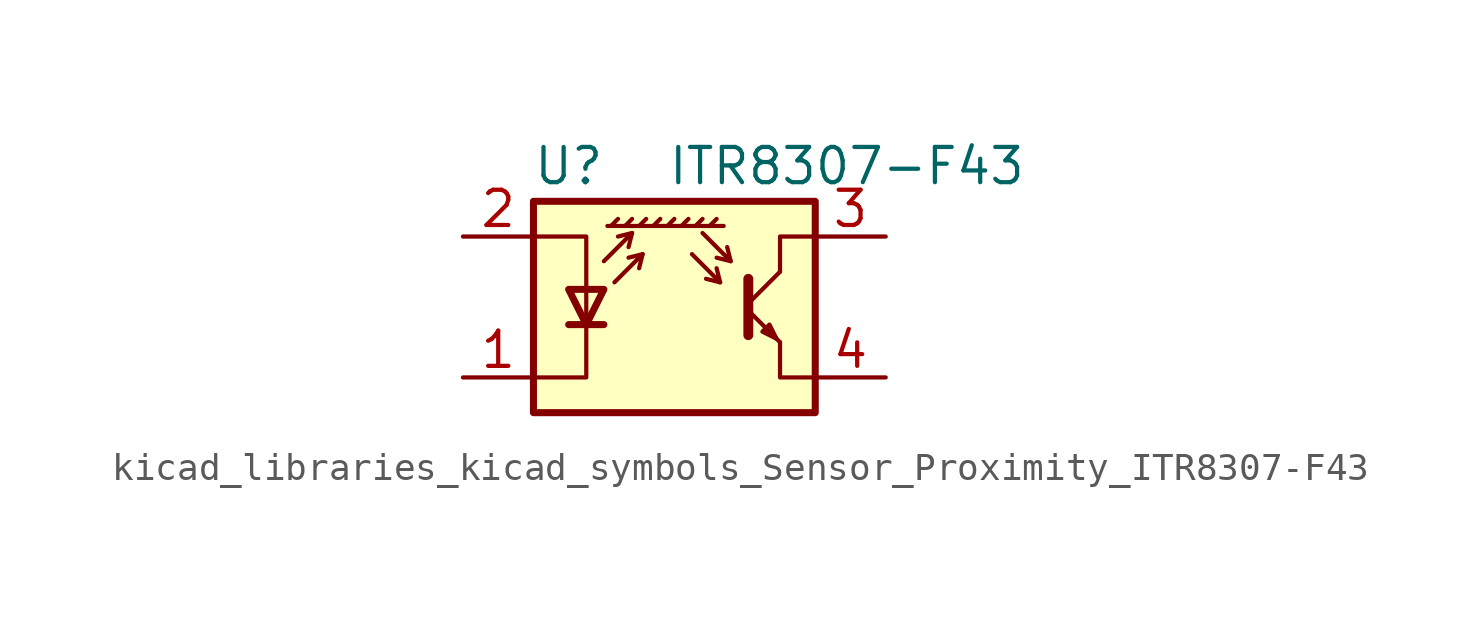
<source format=kicad_sym>
(kicad_symbol_lib
  (version 20220914)
  (generator kicad_symbol_editor)
  (symbol "kicad_libraries_kicad_symbols_Sensor_Proximity_ITR8307-F43"
    (pin_names
      (offset 0.025) hide)
    (property "Reference" "U"
      (at -3.81 5.08 0)
      (effects (font (size 1.27 1.27))))
    (property "Value" "ITR8307-F43"
      (at 12.7 5.08 0)
      (effects (font (size 1.27 1.27)) (justify right)))
    (symbol "kicad_libraries_kicad_symbols_Sensor_Proximity_ITR8307-F43_0_1"
      (polyline (pts (xy -3.81 -0.635) (xy -2.54 -0.635)) (stroke (width 0.254) (type default)) (fill (type none)))
      (polyline (pts (xy -2.286 2.921) (xy -2.032 3.175)) (stroke (width 0) (type default)) (fill (type none)))
      (polyline (pts (xy -1.778 2.921) (xy -1.524 3.175)) (stroke (width 0) (type default)) (fill (type none)))
      (polyline (pts (xy -1.524 2.667) (xy -1.651 2.159)) (stroke (width 0) (type default)) (fill (type none)))
      (polyline (pts (xy -1.27 2.921) (xy -1.016 3.175)) (stroke (width 0) (type default)) (fill (type none)))
      (polyline (pts (xy -1.143 1.905) (xy -1.27 1.397)) (stroke (width 0) (type default)) (fill (type none)))
      (polyline (pts (xy -0.762 2.921) (xy -0.508 3.175)) (stroke (width 0) (type default)) (fill (type none)))
      (polyline (pts (xy -0.254 2.921) (xy 0 3.175)) (stroke (width 0) (type default)) (fill (type none)))
      (polyline (pts (xy 0.254 2.921) (xy 0.508 3.175)) (stroke (width 0) (type default)) (fill (type none)))
      (polyline (pts (xy 0.762 2.921) (xy 1.016 3.175)) (stroke (width 0) (type default)) (fill (type none)))
      (polyline (pts (xy 1.27 2.921) (xy 1.524 3.175)) (stroke (width 0) (type default)) (fill (type none)))
      (polyline (pts (xy 1.651 0.889) (xy 1.143 1.016)) (stroke (width 0) (type default)) (fill (type none)))
      (polyline (pts (xy 1.778 2.921) (xy -2.413 2.921)) (stroke (width 0) (type default)) (fill (type none)))
      (polyline (pts (xy 2.032 1.651) (xy 1.524 1.778)) (stroke (width 0) (type default)) (fill (type none)))
      (polyline (pts (xy 2.667 -0.127) (xy 3.81 -1.27)) (stroke (width 0) (type default)) (fill (type none)))
      (polyline (pts (xy 2.667 0.127) (xy 3.81 1.27)) (stroke (width 0) (type default)) (fill (type none)))
      (polyline (pts (xy -2.54 1.651) (xy -1.524 2.667) (xy -2.032 2.54)) (stroke (width 0) (type default)) (fill (type none)))
      (polyline (pts (xy -2.159 0.889) (xy -1.143 1.905) (xy -1.651 1.778)) (stroke (width 0) (type default)) (fill (type none)))
      (polyline (pts (xy 0.635 1.905) (xy 1.651 0.889) (xy 1.524 1.397)) (stroke (width 0) (type default)) (fill (type none)))
      (polyline (pts (xy 1.016 2.667) (xy 2.032 1.651) (xy 1.905 2.159)) (stroke (width 0) (type default)) (fill (type none)))
      (polyline (pts (xy 2.667 1.016) (xy 2.667 -1.016) (xy 2.667 -1.016)) (stroke (width 0.356) (type default)) (fill (type none)))
      (polyline (pts (xy 3.81 -1.27) (xy 3.81 -2.54) (xy 5.08 -2.54)) (stroke (width 0) (type default)) (fill (type none)))
      (polyline (pts (xy 3.81 1.27) (xy 3.81 2.54) (xy 5.08 2.54)) (stroke (width 0) (type default)) (fill (type none)))
      (polyline (pts (xy -5.08 -2.54) (xy -3.175 -2.54) (xy -3.175 2.54) (xy -5.08 2.54)) (stroke (width 0) (type default)) (fill (type none)))
      (polyline (pts (xy -3.175 -0.635) (xy -3.81 0.635) (xy -2.54 0.635) (xy -3.175 -0.635)) (stroke (width 0.254) (type default)) (fill (type none)))
      (polyline (pts (xy 3.683 -1.143) (xy 3.429 -0.635) (xy 3.175 -0.889) (xy 3.683 -1.143)) (stroke (width 0) (type default)) (fill (type none)))
      (polyline (pts (xy -5.08 -3.81) (xy 5.08 -3.81) (xy 5.08 3.81) (xy -5.08 3.81) (xy -5.08 -3.81)) (stroke (width 0.254) (type default)) (fill (type background))))
    (symbol "kicad_libraries_kicad_symbols_Sensor_Proximity_ITR8307-F43_1_1"
      (pin passive line (at -7.62 -2.54 0) (length 2.54) (name "K" (effects (font (size 1.27 1.27)))) (number "1" (effects (font (size 1.27 1.27)))))
      (pin passive line (at -7.62 2.54 0) (length 2.54) (name "A" (effects (font (size 1.27 1.27)))) (number "2" (effects (font (size 1.27 1.27)))))
      (pin open_collector line (at 7.62 2.54 180) (length 2.54) (name "C" (effects (font (size 1.27 1.27)))) (number "3" (effects (font (size 1.27 1.27)))))
      (pin open_emitter line (at 7.62 -2.54 180) (length 2.54) (name "E" (effects (font (size 1.27 1.27)))) (number "4" (effects (font (size 1.27 1.27))))))))
</source>
